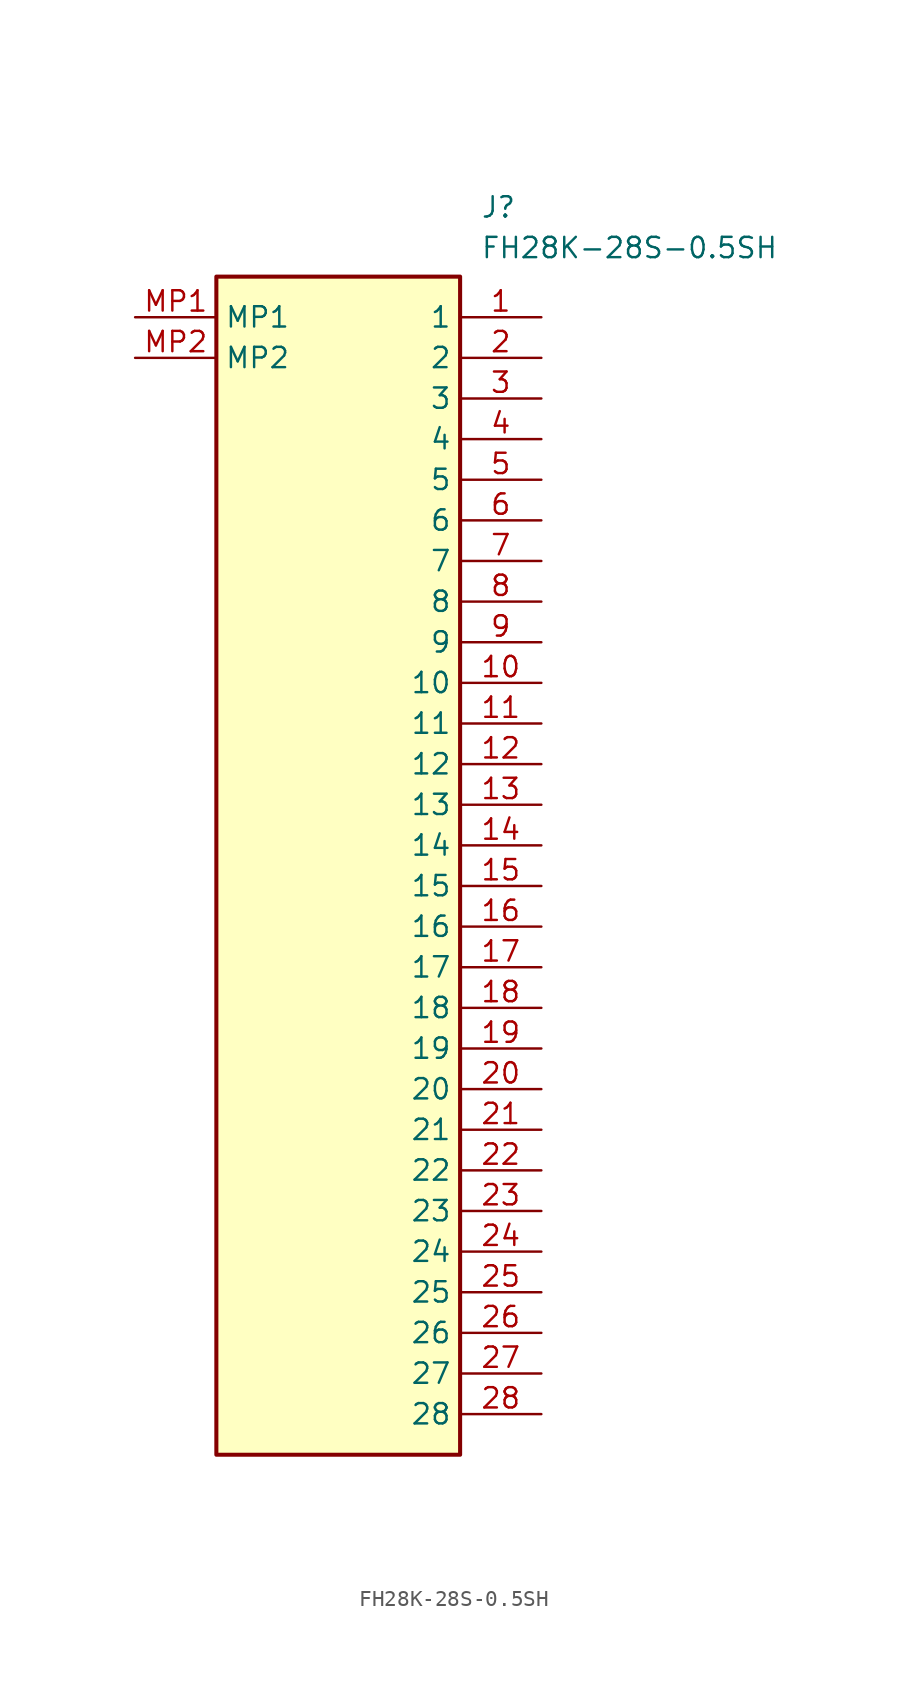
<source format=kicad_sym>
(kicad_symbol_lib
  (version 20211014)
  (generator SamacSys_ECAD_Model)
  (symbol "FH28K-28S-0.5SH"
    (property "Reference" "J"
      (at 21.59 7.62 0)
      (effects (font (size 1.27 1.27)) (justify left top)))
    (property "Value" "FH28K-28S-0.5SH"
      (at 21.59 5.08 0)
      (effects (font (size 1.27 1.27)) (justify left top)))
    (rectangle
      (start 5.08 2.54)
      (end 20.32 -71.12)
      (stroke (width 0.254) (type default))
      (fill (type background)))
    (pin passive line
      (at 25.4 0 180)
      (length 5.08)
      (name "1" (effects (font (size 1.27 1.27))))
      (number "1" (effects (font (size 1.27 1.27)))))
    (pin passive line
      (at 25.4 -2.54 180)
      (length 5.08)
      (name "2" (effects (font (size 1.27 1.27))))
      (number "2" (effects (font (size 1.27 1.27)))))
    (pin passive line
      (at 25.4 -5.08 180)
      (length 5.08)
      (name "3" (effects (font (size 1.27 1.27))))
      (number "3" (effects (font (size 1.27 1.27)))))
    (pin passive line
      (at 25.4 -7.62 180)
      (length 5.08)
      (name "4" (effects (font (size 1.27 1.27))))
      (number "4" (effects (font (size 1.27 1.27)))))
    (pin passive line
      (at 25.4 -10.16 180)
      (length 5.08)
      (name "5" (effects (font (size 1.27 1.27))))
      (number "5" (effects (font (size 1.27 1.27)))))
    (pin passive line
      (at 25.4 -12.7 180)
      (length 5.08)
      (name "6" (effects (font (size 1.27 1.27))))
      (number "6" (effects (font (size 1.27 1.27)))))
    (pin passive line
      (at 25.4 -15.24 180)
      (length 5.08)
      (name "7" (effects (font (size 1.27 1.27))))
      (number "7" (effects (font (size 1.27 1.27)))))
    (pin passive line
      (at 25.4 -17.78 180)
      (length 5.08)
      (name "8" (effects (font (size 1.27 1.27))))
      (number "8" (effects (font (size 1.27 1.27)))))
    (pin passive line
      (at 25.4 -20.32 180)
      (length 5.08)
      (name "9" (effects (font (size 1.27 1.27))))
      (number "9" (effects (font (size 1.27 1.27)))))
    (pin passive line
      (at 25.4 -22.86 180)
      (length 5.08)
      (name "10" (effects (font (size 1.27 1.27))))
      (number "10" (effects (font (size 1.27 1.27)))))
    (pin passive line
      (at 25.4 -25.4 180)
      (length 5.08)
      (name "11" (effects (font (size 1.27 1.27))))
      (number "11" (effects (font (size 1.27 1.27)))))
    (pin passive line
      (at 25.4 -27.94 180)
      (length 5.08)
      (name "12" (effects (font (size 1.27 1.27))))
      (number "12" (effects (font (size 1.27 1.27)))))
    (pin passive line
      (at 25.4 -30.48 180)
      (length 5.08)
      (name "13" (effects (font (size 1.27 1.27))))
      (number "13" (effects (font (size 1.27 1.27)))))
    (pin passive line
      (at 25.4 -33.02 180)
      (length 5.08)
      (name "14" (effects (font (size 1.27 1.27))))
      (number "14" (effects (font (size 1.27 1.27)))))
    (pin passive line
      (at 25.4 -35.56 180)
      (length 5.08)
      (name "15" (effects (font (size 1.27 1.27))))
      (number "15" (effects (font (size 1.27 1.27)))))
    (pin passive line
      (at 25.4 -38.1 180)
      (length 5.08)
      (name "16" (effects (font (size 1.27 1.27))))
      (number "16" (effects (font (size 1.27 1.27)))))
    (pin passive line
      (at 25.4 -40.64 180)
      (length 5.08)
      (name "17" (effects (font (size 1.27 1.27))))
      (number "17" (effects (font (size 1.27 1.27)))))
    (pin passive line
      (at 25.4 -43.18 180)
      (length 5.08)
      (name "18" (effects (font (size 1.27 1.27))))
      (number "18" (effects (font (size 1.27 1.27)))))
    (pin passive line
      (at 25.4 -45.72 180)
      (length 5.08)
      (name "19" (effects (font (size 1.27 1.27))))
      (number "19" (effects (font (size 1.27 1.27)))))
    (pin passive line
      (at 25.4 -48.26 180)
      (length 5.08)
      (name "20" (effects (font (size 1.27 1.27))))
      (number "20" (effects (font (size 1.27 1.27)))))
    (pin passive line
      (at 25.4 -50.8 180)
      (length 5.08)
      (name "21" (effects (font (size 1.27 1.27))))
      (number "21" (effects (font (size 1.27 1.27)))))
    (pin passive line
      (at 25.4 -53.34 180)
      (length 5.08)
      (name "22" (effects (font (size 1.27 1.27))))
      (number "22" (effects (font (size 1.27 1.27)))))
    (pin passive line
      (at 25.4 -55.88 180)
      (length 5.08)
      (name "23" (effects (font (size 1.27 1.27))))
      (number "23" (effects (font (size 1.27 1.27)))))
    (pin passive line
      (at 25.4 -58.42 180)
      (length 5.08)
      (name "24" (effects (font (size 1.27 1.27))))
      (number "24" (effects (font (size 1.27 1.27)))))
    (pin passive line
      (at 25.4 -60.96 180)
      (length 5.08)
      (name "25" (effects (font (size 1.27 1.27))))
      (number "25" (effects (font (size 1.27 1.27)))))
    (pin passive line
      (at 25.4 -63.5 180)
      (length 5.08)
      (name "26" (effects (font (size 1.27 1.27))))
      (number "26" (effects (font (size 1.27 1.27)))))
    (pin passive line
      (at 25.4 -66.04 180)
      (length 5.08)
      (name "27" (effects (font (size 1.27 1.27))))
      (number "27" (effects (font (size 1.27 1.27)))))
    (pin passive line
      (at 25.4 -68.58 180)
      (length 5.08)
      (name "28" (effects (font (size 1.27 1.27))))
      (number "28" (effects (font (size 1.27 1.27)))))
    (pin passive line
      (at 0 0 0)
      (length 5.08)
      (name "MP1" (effects (font (size 1.27 1.27))))
      (number "MP1" (effects (font (size 1.27 1.27)))))
    (pin passive line
      (at 0 -2.54 0)
      (length 5.08)
      (name "MP2" (effects (font (size 1.27 1.27))))
      (number "MP2" (effects (font (size 1.27 1.27)))))))
</source>
